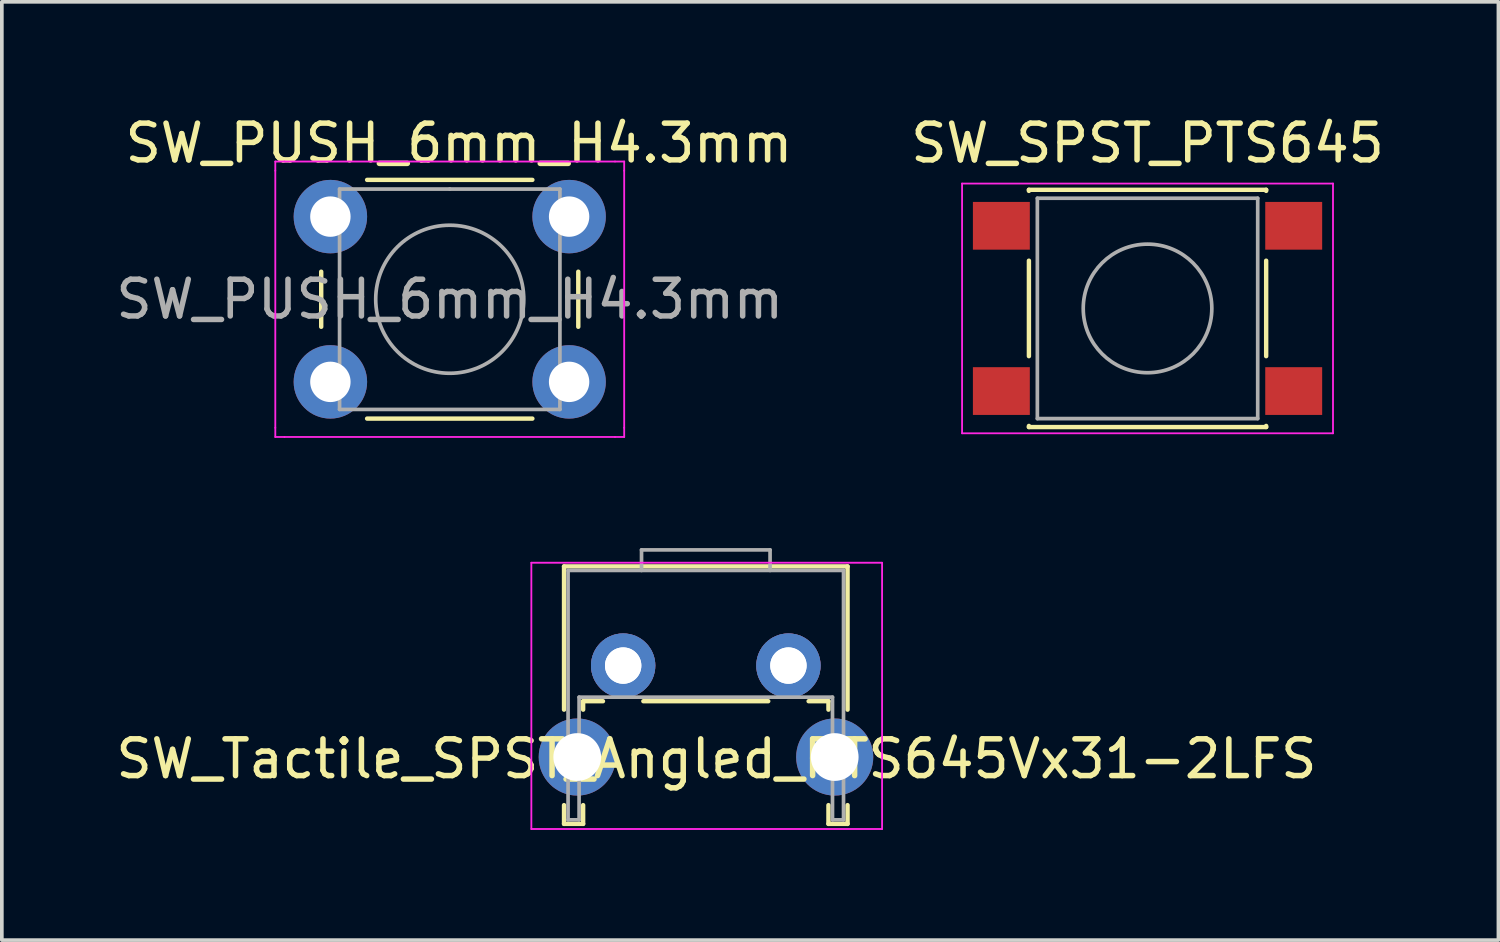
<source format=kicad_pcb>
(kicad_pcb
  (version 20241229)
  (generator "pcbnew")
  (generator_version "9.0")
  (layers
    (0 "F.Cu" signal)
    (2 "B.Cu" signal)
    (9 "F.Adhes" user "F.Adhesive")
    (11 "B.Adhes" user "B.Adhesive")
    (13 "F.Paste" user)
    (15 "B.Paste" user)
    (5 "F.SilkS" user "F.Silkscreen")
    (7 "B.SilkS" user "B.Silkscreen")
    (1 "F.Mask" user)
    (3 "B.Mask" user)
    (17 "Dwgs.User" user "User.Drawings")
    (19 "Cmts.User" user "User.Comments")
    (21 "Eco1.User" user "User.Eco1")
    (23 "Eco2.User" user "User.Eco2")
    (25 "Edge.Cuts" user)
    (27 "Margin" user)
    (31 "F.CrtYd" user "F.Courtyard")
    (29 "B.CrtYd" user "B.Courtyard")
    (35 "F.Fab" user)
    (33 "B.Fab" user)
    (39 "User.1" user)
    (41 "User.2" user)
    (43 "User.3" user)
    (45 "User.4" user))
  (footprint "SW_PUSH_6mm_H4.3mm"
    (layer "F.Cu")
    (at 5.946 2.848)
    (property "Reference" "SW_PUSH_6mm_H4.3mm" (at 3.5 -2 0) (layer "F.SilkS") (effects (font (size 1 1) (thickness 0.15))))
    (attr through_hole)
    (fp_line (start -0.25 1.5) (end -0.25 3) (stroke (width 0.12) (type solid)) (layer "F.SilkS"))
    (fp_line (start 1 5.5) (end 5.5 5.5) (stroke (width 0.12) (type solid)) (layer "F.SilkS"))
    (fp_line (start 5.5 -1) (end 1 -1) (stroke (width 0.12) (type solid)) (layer "F.SilkS"))
    (fp_line (start 6.75 3) (end 6.75 1.5) (stroke (width 0.12) (type solid)) (layer "F.SilkS"))
    (fp_line (start -1.5 -1.5) (end -1.25 -1.5) (stroke (width 0.05) (type solid)) (layer "F.CrtYd"))
    (fp_line (start -1.5 -1.25) (end -1.5 -1.5) (stroke (width 0.05) (type solid)) (layer "F.CrtYd"))
    (fp_line (start -1.5 5.75) (end -1.5 -1.25) (stroke (width 0.05) (type solid)) (layer "F.CrtYd"))
    (fp_line (start -1.5 5.75) (end -1.5 6) (stroke (width 0.05) (type solid)) (layer "F.CrtYd"))
    (fp_line (start -1.5 6) (end -1.25 6) (stroke (width 0.05) (type solid)) (layer "F.CrtYd"))
    (fp_line (start -1.25 -1.5) (end 7.75 -1.5) (stroke (width 0.05) (type solid)) (layer "F.CrtYd"))
    (fp_line (start 7.75 -1.5) (end 8 -1.5) (stroke (width 0.05) (type solid)) (layer "F.CrtYd"))
    (fp_line (start 7.75 6) (end -1.25 6) (stroke (width 0.05) (type solid)) (layer "F.CrtYd"))
    (fp_line (start 7.75 6) (end 8 6) (stroke (width 0.05) (type solid)) (layer "F.CrtYd"))
    (fp_line (start 8 -1.5) (end 8 -1.25) (stroke (width 0.05) (type solid)) (layer "F.CrtYd"))
    (fp_line (start 8 -1.25) (end 8 5.75) (stroke (width 0.05) (type solid)) (layer "F.CrtYd"))
    (fp_line (start 8 6) (end 8 5.75) (stroke (width 0.05) (type solid)) (layer "F.CrtYd"))
    (fp_line (start 0.25 -0.75) (end 3.25 -0.75) (stroke (width 0.1) (type solid)) (layer "F.Fab"))
    (fp_line (start 0.25 5.25) (end 0.25 -0.75) (stroke (width 0.1) (type solid)) (layer "F.Fab"))
    (fp_line (start 3.25 -0.75) (end 6.25 -0.75) (stroke (width 0.1) (type solid)) (layer "F.Fab"))
    (fp_line (start 6.25 -0.75) (end 6.25 5.25) (stroke (width 0.1) (type solid)) (layer "F.Fab"))
    (fp_line (start 6.25 5.25) (end 0.25 5.25) (stroke (width 0.1) (type solid)) (layer "F.Fab"))
    (fp_circle (center 3.25 2.25) (end 1.25 2.5) (stroke (width 0.1) (type solid)) (fill no) (layer "F.Fab"))
    (fp_text user "${REFERENCE}" (at 3.25 2.25 0) (layer "F.Fab") (effects (font (size 1 1) (thickness 0.15))))
    (pad "1" thru_hole circle (at 0 0 90) (size 2 2) (drill 1.1) (layers "*.Cu" "*.Mask"))
    (pad "2" thru_hole circle (at 6.5 0 90) (size 2 2) (drill 1.1) (layers "*.Cu" "*.Mask"))
    (pad "3" thru_hole circle (at 0 4.5 90) (size 2 2) (drill 1.1) (layers "*.Cu" "*.Mask"))
    (pad "4" thru_hole circle (at 6.5 4.5 90) (size 2 2) (drill 1.1) (layers "*.Cu" "*.Mask")))
  (footprint "SW_Tactile_SPST_Angled_PTS645Vx31-2LFS"
    (layer "F.Cu")
    (at 13.918 15.073)
    (property "Reference" "SW_Tactile_SPST_Angled_PTS645Vx31-2LFS" (at 2.54 2.54 0) (layer "F.SilkS") (effects (font (size 1 1) (thickness 0.15))))
    (attr through_hole)
    (fp_line (start -1.61 -2.7) (end -1.61 1.2) (stroke (width 0.12) (type solid)) (layer "F.SilkS"))
    (fp_line (start -1.61 -2.7) (end 6.11 -2.7) (stroke (width 0.12) (type solid)) (layer "F.SilkS"))
    (fp_line (start -1.61 3.8) (end -1.61 4.31) (stroke (width 0.12) (type solid)) (layer "F.SilkS"))
    (fp_line (start -1.61 4.31) (end -1.09 4.31) (stroke (width 0.12) (type solid)) (layer "F.SilkS"))
    (fp_line (start -1.09 0.97) (end -1.09 1.2) (stroke (width 0.12) (type solid)) (layer "F.SilkS"))
    (fp_line (start -1.09 0.97) (end -0.55 0.97) (stroke (width 0.12) (type solid)) (layer "F.SilkS"))
    (fp_line (start -1.09 3.8) (end -1.09 4.31) (stroke (width 0.12) (type solid)) (layer "F.SilkS"))
    (fp_line (start 0.55 0.97) (end 3.95 0.97) (stroke (width 0.12) (type solid)) (layer "F.SilkS"))
    (fp_line (start 5.05 0.97) (end 5.59 0.97) (stroke (width 0.12) (type solid)) (layer "F.SilkS"))
    (fp_line (start 5.59 0.97) (end 5.59 1.2) (stroke (width 0.12) (type solid)) (layer "F.SilkS"))
    (fp_line (start 5.59 3.8) (end 5.59 4.31) (stroke (width 0.12) (type solid)) (layer "F.SilkS"))
    (fp_line (start 5.59 4.31) (end 6.11 4.31) (stroke (width 0.12) (type solid)) (layer "F.SilkS"))
    (fp_line (start 6.11 -2.7) (end 6.11 1.2) (stroke (width 0.12) (type solid)) (layer "F.SilkS"))
    (fp_line (start 6.11 3.8) (end 6.11 4.31) (stroke (width 0.12) (type solid)) (layer "F.SilkS"))
    (fp_line (start -2.5 -2.8) (end 7.05 -2.8) (stroke (width 0.05) (type solid)) (layer "F.CrtYd"))
    (fp_line (start -2.5 4.45) (end -2.5 -2.8) (stroke (width 0.05) (type solid)) (layer "F.CrtYd"))
    (fp_line (start 7.05 -2.8) (end 7.05 4.45) (stroke (width 0.05) (type solid)) (layer "F.CrtYd"))
    (fp_line (start 7.05 4.45) (end -2.5 4.45) (stroke (width 0.05) (type solid)) (layer "F.CrtYd"))
    (fp_line (start -1.5 -2.59) (end 6 -2.59) (stroke (width 0.1) (type solid)) (layer "F.Fab"))
    (fp_line (start -1.5 4.2) (end -1.5 -2.59) (stroke (width 0.1) (type solid)) (layer "F.Fab"))
    (fp_line (start -1.5 4.2) (end -1.2 4.2) (stroke (width 0.1) (type solid)) (layer "F.Fab"))
    (fp_line (start -1.2 0.86) (end 5.7 0.86) (stroke (width 0.1) (type solid)) (layer "F.Fab"))
    (fp_line (start -1.2 4.2) (end -1.2 0.86) (stroke (width 0.1) (type solid)) (layer "F.Fab"))
    (fp_line (start 0.5 -3.15) (end 0.5 -2.59) (stroke (width 0.1) (type solid)) (layer "F.Fab"))
    (fp_line (start 0.5 -3.15) (end 4 -3.15) (stroke (width 0.1) (type solid)) (layer "F.Fab"))
    (fp_line (start 4 -3.15) (end 4 -2.59) (stroke (width 0.1) (type solid)) (layer "F.Fab"))
    (fp_line (start 5.7 4.2) (end 5.7 0.86) (stroke (width 0.1) (type solid)) (layer "F.Fab"))
    (fp_line (start 5.7 4.2) (end 6 4.2) (stroke (width 0.1) (type solid)) (layer "F.Fab"))
    (fp_line (start 6 4.2) (end 6 -2.59) (stroke (width 0.1) (type solid)) (layer "F.Fab"))
    (pad "" thru_hole circle (at -1.25 2.49) (size 2.1 2.1) (drill 1.3) (layers "*.Cu" "*.Mask"))
    (pad "" thru_hole circle (at 5.76 2.49) (size 2.1 2.1) (drill 1.3) (layers "*.Cu" "*.Mask"))
    (pad "1" thru_hole circle (at 0 0) (size 1.75 1.75) (drill 0.99) (layers "*.Cu" "*.Mask"))
    (pad "2" thru_hole circle (at 0 0) (size 1.75 1.75) (drill 0.99) (layers "*.Cu" "*.Mask"))
    (pad "3" thru_hole circle (at 4.5 0) (size 1.75 1.75) (drill 0.99) (layers "*.Cu" "*.Mask"))
    (pad "4" thru_hole circle (at 4.5 0) (size 1.75 1.75) (drill 0.99) (layers "*.Cu" "*.Mask")))
  (footprint "SW_SPST_PTS645"
    (layer "F.Cu")
    (at 28.196 5.348)
    (property "Reference" "SW_SPST_PTS645" (at 0 -4.5 0) (layer "F.SilkS") (effects (font (size 1 1) (thickness 0.15))))
    (attr through_hole)
    (fp_line (start -3.23 -3.23) (end 3.23 -3.23) (stroke (width 0.12) (type solid)) (layer "F.SilkS"))
    (fp_line (start -3.23 -3.2) (end -3.23 -3.23) (stroke (width 0.12) (type solid)) (layer "F.SilkS"))
    (fp_line (start -3.23 -1.3) (end -3.23 1.3) (stroke (width 0.12) (type solid)) (layer "F.SilkS"))
    (fp_line (start -3.23 3.23) (end -3.23 3.2) (stroke (width 0.12) (type solid)) (layer "F.SilkS"))
    (fp_line (start -3.23 3.23) (end 3.23 3.23) (stroke (width 0.12) (type solid)) (layer "F.SilkS"))
    (fp_line (start 3.23 -3.23) (end 3.23 -3.2) (stroke (width 0.12) (type solid)) (layer "F.SilkS"))
    (fp_line (start 3.23 -1.3) (end 3.23 1.3) (stroke (width 0.12) (type solid)) (layer "F.SilkS"))
    (fp_line (start 3.23 3.23) (end 3.23 3.2) (stroke (width 0.12) (type solid)) (layer "F.SilkS"))
    (fp_line (start -5.05 -3.4) (end -5.05 3.4) (stroke (width 0.05) (type solid)) (layer "F.CrtYd"))
    (fp_line (start -5.05 -3.4) (end 5.05 -3.4) (stroke (width 0.05) (type solid)) (layer "F.CrtYd"))
    (fp_line (start -5.05 3.4) (end 5.05 3.4) (stroke (width 0.05) (type solid)) (layer "F.CrtYd"))
    (fp_line (start 5.05 3.4) (end 5.05 -3.4) (stroke (width 0.05) (type solid)) (layer "F.CrtYd"))
    (fp_line (start -3 -3) (end -3 3) (stroke (width 0.1) (type solid)) (layer "F.Fab"))
    (fp_line (start -3 3) (end 3 3) (stroke (width 0.1) (type solid)) (layer "F.Fab"))
    (fp_line (start 3 -3) (end -3 -3) (stroke (width 0.1) (type solid)) (layer "F.Fab"))
    (fp_line (start 3 3) (end 3 -3) (stroke (width 0.1) (type solid)) (layer "F.Fab"))
    (fp_circle (center 0 0) (end 1.75 -0.05) (stroke (width 0.1) (type solid)) (fill no) (layer "F.Fab"))
    (pad "1" smd rect (at -3.98 -2.25) (size 1.55 1.3) (layers "F.Cu" "F.Mask" "F.Paste"))
    (pad "1" smd rect (at 3.98 -2.25) (size 1.55 1.3) (layers "F.Cu" "F.Mask" "F.Paste"))
    (pad "2" smd rect (at -3.98 2.25) (size 1.55 1.3) (layers "F.Cu" "F.Mask" "F.Paste"))
    (pad "2" smd rect (at 3.98 2.25) (size 1.55 1.3) (layers "F.Cu" "F.Mask" "F.Paste")))
  (gr_rect
    (start -3 -3)
    (end 37.75 22.548)
    (stroke (width 0.1) (type default))
    (fill no)
    (layer "Edge.Cuts")))
</source>
